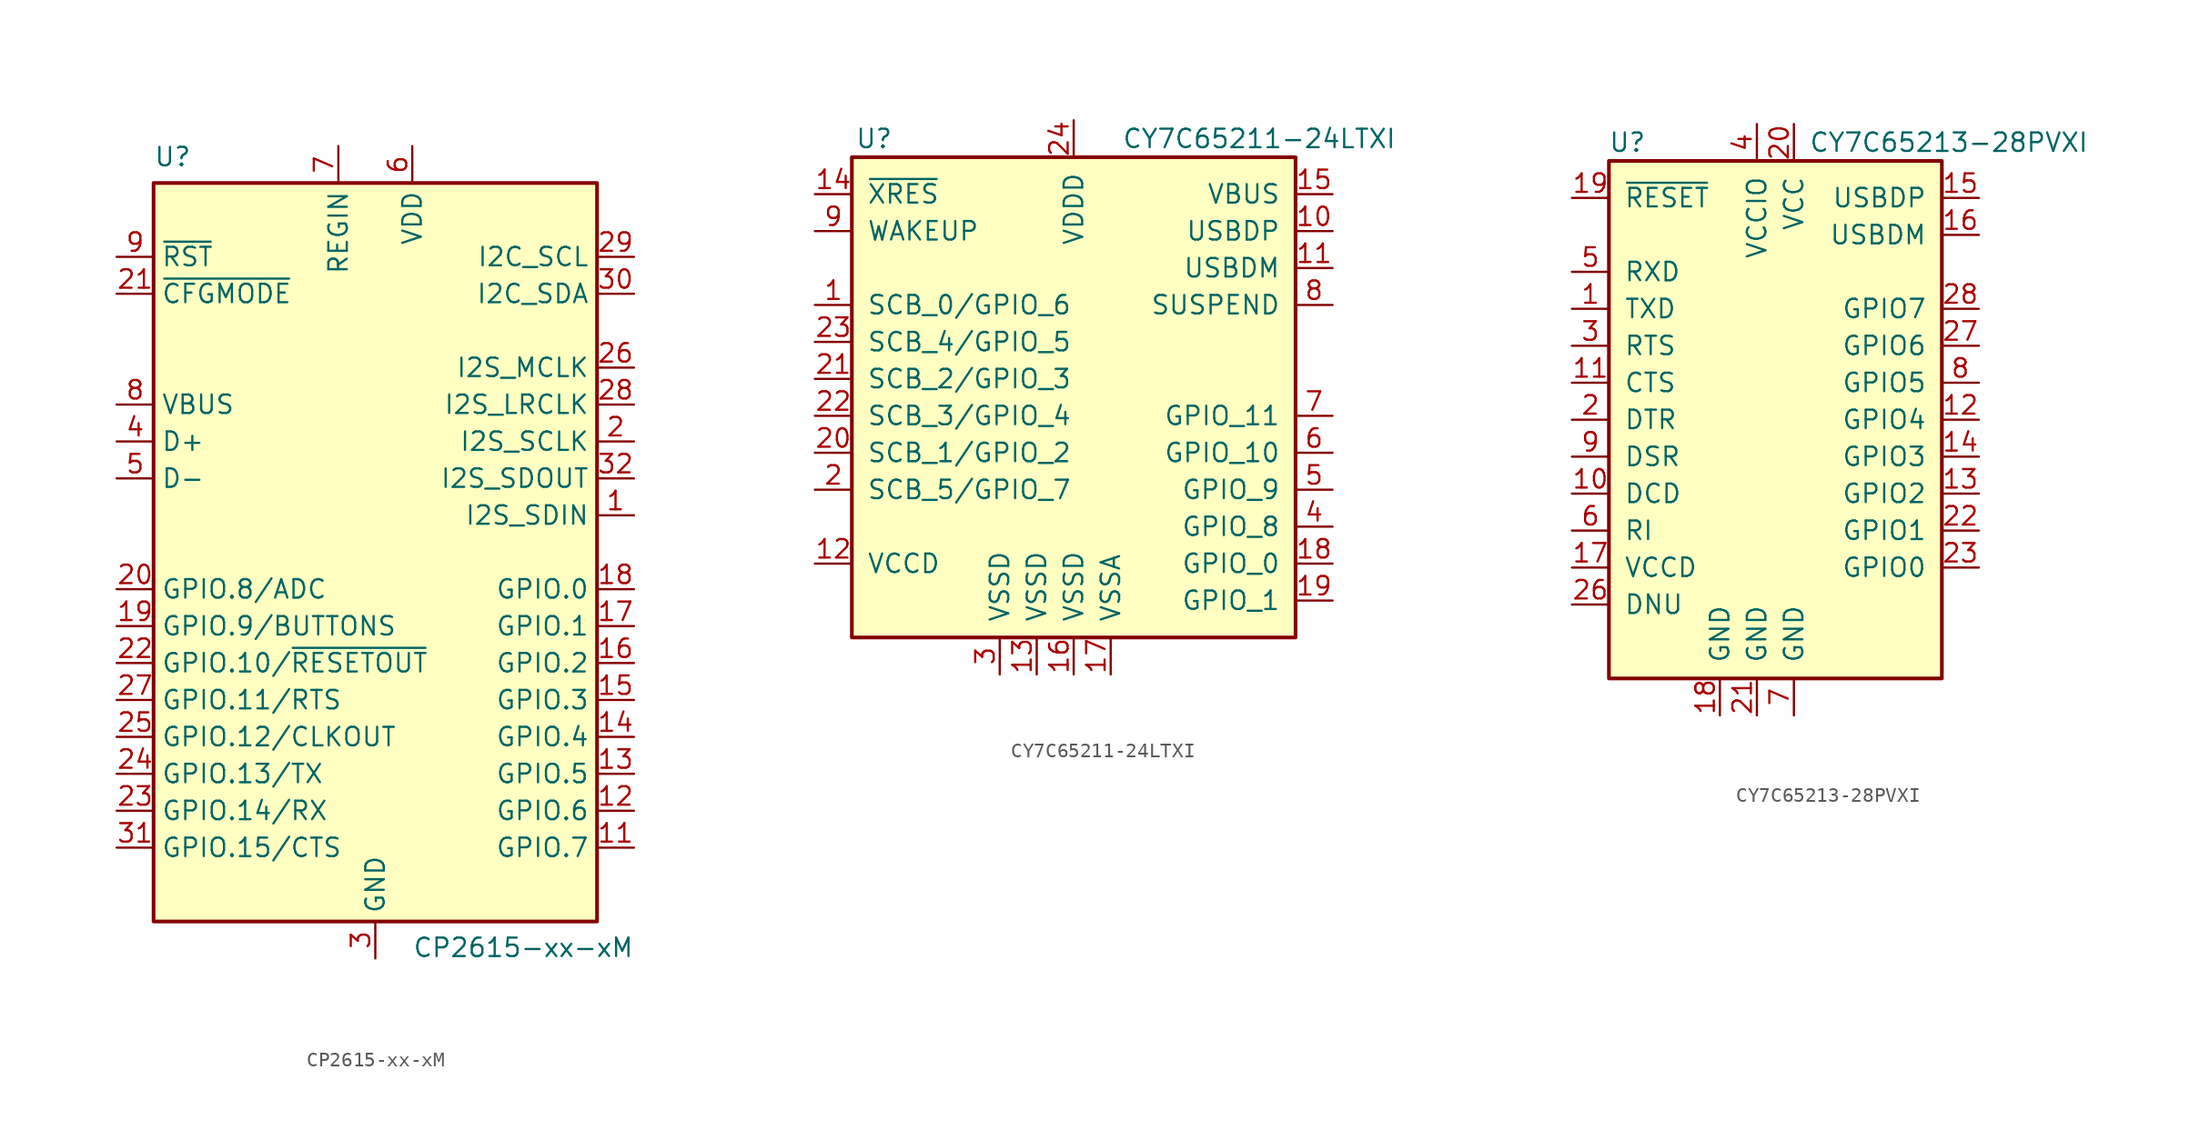
<source format=kicad_sym>
(kicad_symbol_lib
  (version 20241209)
  (generator "kicad_symbol_editor")
  (generator_version "9.0")
  (symbol "CP2615-xx-xM"
    (property "Reference" "U"
      (at -15.24 27.94 0)
      (effects (font (size 1.27 1.27)) (justify left top)))
    (property "Value" "CP2615-xx-xM"
      (at 2.54 -27.94 0)
      (effects (font (size 1.27 1.27)) (justify left bottom)))
    (symbol "CP2615-xx-xM_0_0"
      (pin bidirectional line (at -17.78 20.32 0) (length 2.54) (name "~{RST}" (effects (font (size 1.27 1.27)))) (number "9" (effects (font (size 1.27 1.27)))))
      (pin input line (at -17.78 17.78 0) (length 2.54) (name "~{CFGMODE}" (effects (font (size 1.27 1.27)))) (number "21" (effects (font (size 1.27 1.27)))))
      (pin input line (at -17.78 10.16 0) (length 2.54) (name "VBUS" (effects (font (size 1.27 1.27)))) (number "8" (effects (font (size 1.27 1.27)))))
      (pin bidirectional line (at -17.78 7.62 0) (length 2.54) (name "D+" (effects (font (size 1.27 1.27)))) (number "4" (effects (font (size 1.27 1.27)))))
      (pin bidirectional line (at -17.78 5.08 0) (length 2.54) (name "D-" (effects (font (size 1.27 1.27)))) (number "5" (effects (font (size 1.27 1.27)))))
      (pin bidirectional line (at -17.78 -7.62 0) (length 2.54) (name "GPIO.10/~{RESETOUT}" (effects (font (size 1.27 1.27)))) (number "22" (effects (font (size 1.27 1.27)))))
      (pin bidirectional line (at -17.78 -10.16 0) (length 2.54) (name "GPIO.11/RTS" (effects (font (size 1.27 1.27)))) (number "27" (effects (font (size 1.27 1.27)))))
      (pin bidirectional line (at -17.78 -12.7 0) (length 2.54) (name "GPIO.12/CLKOUT" (effects (font (size 1.27 1.27)))) (number "25" (effects (font (size 1.27 1.27)))))
      (pin bidirectional line (at -17.78 -15.24 0) (length 2.54) (name "GPIO.13/TX" (effects (font (size 1.27 1.27)))) (number "24" (effects (font (size 1.27 1.27)))))
      (pin bidirectional line (at -17.78 -17.78 0) (length 2.54) (name "GPIO.14/RX" (effects (font (size 1.27 1.27)))) (number "23" (effects (font (size 1.27 1.27)))))
      (pin bidirectional line (at -17.78 -20.32 0) (length 2.54) (name "GPIO.15/CTS" (effects (font (size 1.27 1.27)))) (number "31" (effects (font (size 1.27 1.27)))))
      (pin no_connect line (at -15.24 15.24 0) (length 2.54) (hide yes) (name "NC" (effects (font (size 1.27 1.27)))) (number "10" (effects (font (size 1.27 1.27)))))
      (pin power_in line (at -2.54 27.94 270) (length 2.54) (name "REGIN" (effects (font (size 1.27 1.27)))) (number "7" (effects (font (size 1.27 1.27)))))
      (pin power_in line (at 0 -27.94 90) (length 2.54) (name "GND" (effects (font (size 1.27 1.27)))) (number "3" (effects (font (size 1.27 1.27)))))
      (pin power_in line (at 2.54 27.94 270) (length 2.54) (name "VDD" (effects (font (size 1.27 1.27)))) (number "6" (effects (font (size 1.27 1.27)))))
      (pin bidirectional line (at 17.78 20.32 180) (length 2.54) (name "I2C_SCL" (effects (font (size 1.27 1.27)))) (number "29" (effects (font (size 1.27 1.27)))))
      (pin bidirectional line (at 17.78 17.78 180) (length 2.54) (name "I2C_SDA" (effects (font (size 1.27 1.27)))) (number "30" (effects (font (size 1.27 1.27)))))
      (pin output line (at 17.78 12.7 180) (length 2.54) (name "I2S_MCLK" (effects (font (size 1.27 1.27)))) (number "26" (effects (font (size 1.27 1.27)))))
      (pin output line (at 17.78 10.16 180) (length 2.54) (name "I2S_LRCLK" (effects (font (size 1.27 1.27)))) (number "28" (effects (font (size 1.27 1.27)))))
      (pin output line (at 17.78 7.62 180) (length 2.54) (name "I2S_SCLK" (effects (font (size 1.27 1.27)))) (number "2" (effects (font (size 1.27 1.27)))))
      (pin output line (at 17.78 5.08 180) (length 2.54) (name "I2S_SDOUT" (effects (font (size 1.27 1.27)))) (number "32" (effects (font (size 1.27 1.27)))))
      (pin input line (at 17.78 2.54 180) (length 2.54) (name "I2S_SDIN" (effects (font (size 1.27 1.27)))) (number "1" (effects (font (size 1.27 1.27)))))
      (pin bidirectional line (at 17.78 -17.78 180) (length 2.54) (name "GPIO.6" (effects (font (size 1.27 1.27)))) (number "12" (effects (font (size 1.27 1.27)))))
      (pin bidirectional line (at 17.78 -20.32 180) (length 2.54) (name "GPIO.7" (effects (font (size 1.27 1.27)))) (number "11" (effects (font (size 1.27 1.27))))))
    (symbol "CP2615-xx-xM_0_1"
      (rectangle (start -15.24 -25.4) (end 15.24 25.4) (stroke (width 0.254) (type default)) (fill (type background))))
    (symbol "CP2615-xx-xM_1_1"
      (pin bidirectional line (at -17.78 -2.54 0) (length 2.54) (name "GPIO.8/ADC" (effects (font (size 1.27 1.27)))) (number "20" (effects (font (size 1.27 1.27)))))
      (pin bidirectional line (at -17.78 -5.08 0) (length 2.54) (name "GPIO.9/BUTTONS" (effects (font (size 1.27 1.27)))) (number "19" (effects (font (size 1.27 1.27)))))
      (pin passive line (at 0 -27.94 90) (length 2.54) (hide yes) (name "GND" (effects (font (size 1.27 1.27)))) (number "33" (effects (font (size 1.27 1.27)))))
      (pin bidirectional line (at 17.78 -2.54 180) (length 2.54) (name "GPIO.0" (effects (font (size 1.27 1.27)))) (number "18" (effects (font (size 1.27 1.27)))))
      (pin bidirectional line (at 17.78 -5.08 180) (length 2.54) (name "GPIO.1" (effects (font (size 1.27 1.27)))) (number "17" (effects (font (size 1.27 1.27)))))
      (pin bidirectional line (at 17.78 -7.62 180) (length 2.54) (name "GPIO.2" (effects (font (size 1.27 1.27)))) (number "16" (effects (font (size 1.27 1.27)))))
      (pin bidirectional line (at 17.78 -10.16 180) (length 2.54) (name "GPIO.3" (effects (font (size 1.27 1.27)))) (number "15" (effects (font (size 1.27 1.27)))))
      (pin bidirectional line (at 17.78 -12.7 180) (length 2.54) (name "GPIO.4" (effects (font (size 1.27 1.27)))) (number "14" (effects (font (size 1.27 1.27)))))
      (pin bidirectional line (at 17.78 -15.24 180) (length 2.54) (name "GPIO.5" (effects (font (size 1.27 1.27)))) (number "13" (effects (font (size 1.27 1.27)))))))
  (symbol "CY7C65211-24LTXI"
    (pin_names
      (offset 1.016))
    (property "Reference" "U"
      (at -13.716 16.51 0)
      (effects (font (size 1.27 1.27))))
    (property "Value" "CY7C65211-24LTXI"
      (at 3.302 16.51 0)
      (effects (font (size 1.27 1.27)) (justify left)))
    (symbol "CY7C65211-24LTXI_0_1"
      (rectangle (start -15.24 15.24) (end 15.24 -17.78) (stroke (width 0.254) (type default)) (fill (type background))))
    (symbol "CY7C65211-24LTXI_1_1"
      (pin input line (at -17.78 12.7 0) (length 2.54) (name "~{XRES}" (effects (font (size 1.27 1.27)))) (number "14" (effects (font (size 1.27 1.27)))))
      (pin input line (at -17.78 10.16 0) (length 2.54) (name "WAKEUP" (effects (font (size 1.27 1.27)))) (number "9" (effects (font (size 1.27 1.27)))))
      (pin bidirectional line (at -17.78 5.08 0) (length 2.54) (name "SCB_0/GPIO_6" (effects (font (size 1.27 1.27)))) (number "1" (effects (font (size 1.27 1.27)))))
      (pin bidirectional line (at -17.78 2.54 0) (length 2.54) (name "SCB_4/GPIO_5" (effects (font (size 1.27 1.27)))) (number "23" (effects (font (size 1.27 1.27)))))
      (pin bidirectional line (at -17.78 0 0) (length 2.54) (name "SCB_2/GPIO_3" (effects (font (size 1.27 1.27)))) (number "21" (effects (font (size 1.27 1.27)))))
      (pin bidirectional line (at -17.78 -2.54 0) (length 2.54) (name "SCB_3/GPIO_4" (effects (font (size 1.27 1.27)))) (number "22" (effects (font (size 1.27 1.27)))))
      (pin bidirectional line (at -17.78 -5.08 0) (length 2.54) (name "SCB_1/GPIO_2" (effects (font (size 1.27 1.27)))) (number "20" (effects (font (size 1.27 1.27)))))
      (pin bidirectional line (at -17.78 -7.62 0) (length 2.54) (name "SCB_5/GPIO_7" (effects (font (size 1.27 1.27)))) (number "2" (effects (font (size 1.27 1.27)))))
      (pin power_in line (at -17.78 -12.7 0) (length 2.54) (name "VCCD" (effects (font (size 1.27 1.27)))) (number "12" (effects (font (size 1.27 1.27)))))
      (pin no_connect line (at -15.24 -15.24 0) (length 2.54) (hide yes) (name "1EP" (effects (font (size 1.27 1.27)))) (number "25" (effects (font (size 1.27 1.27)))))
      (pin power_in line (at -5.08 -20.32 90) (length 2.54) (name "VSSD" (effects (font (size 1.27 1.27)))) (number "3" (effects (font (size 1.27 1.27)))))
      (pin power_in line (at -2.54 -20.32 90) (length 2.54) (name "VSSD" (effects (font (size 1.27 1.27)))) (number "13" (effects (font (size 1.27 1.27)))))
      (pin power_in line (at 0 17.78 270) (length 2.54) (name "VDDD" (effects (font (size 1.27 1.27)))) (number "24" (effects (font (size 1.27 1.27)))))
      (pin power_in line (at 0 -20.32 90) (length 2.54) (name "VSSD" (effects (font (size 1.27 1.27)))) (number "16" (effects (font (size 1.27 1.27)))))
      (pin power_in line (at 2.54 -20.32 90) (length 2.54) (name "VSSA" (effects (font (size 1.27 1.27)))) (number "17" (effects (font (size 1.27 1.27)))))
      (pin power_out line (at 17.78 12.7 180) (length 2.54) (name "VBUS" (effects (font (size 1.27 1.27)))) (number "15" (effects (font (size 1.27 1.27)))))
      (pin bidirectional line (at 17.78 10.16 180) (length 2.54) (name "USBDP" (effects (font (size 1.27 1.27)))) (number "10" (effects (font (size 1.27 1.27)))))
      (pin bidirectional line (at 17.78 7.62 180) (length 2.54) (name "USBDM" (effects (font (size 1.27 1.27)))) (number "11" (effects (font (size 1.27 1.27)))))
      (pin output line (at 17.78 5.08 180) (length 2.54) (name "SUSPEND" (effects (font (size 1.27 1.27)))) (number "8" (effects (font (size 1.27 1.27)))))
      (pin tri_state line (at 17.78 -2.54 180) (length 2.54) (name "GPIO_11" (effects (font (size 1.27 1.27)))) (number "7" (effects (font (size 1.27 1.27)))))
      (pin tri_state line (at 17.78 -5.08 180) (length 2.54) (name "GPIO_10" (effects (font (size 1.27 1.27)))) (number "6" (effects (font (size 1.27 1.27)))))
      (pin tri_state line (at 17.78 -7.62 180) (length 2.54) (name "GPIO_9" (effects (font (size 1.27 1.27)))) (number "5" (effects (font (size 1.27 1.27)))))
      (pin tri_state line (at 17.78 -10.16 180) (length 2.54) (name "GPIO_8" (effects (font (size 1.27 1.27)))) (number "4" (effects (font (size 1.27 1.27)))))
      (pin tri_state line (at 17.78 -12.7 180) (length 2.54) (name "GPIO_0" (effects (font (size 1.27 1.27)))) (number "18" (effects (font (size 1.27 1.27)))))
      (pin tri_state line (at 17.78 -15.24 180) (length 2.54) (name "GPIO_1" (effects (font (size 1.27 1.27)))) (number "19" (effects (font (size 1.27 1.27)))))))
  (symbol "CY7C65213-28PVXI"
    (pin_names
      (offset 1.016))
    (property "Reference" "U"
      (at -8.89 19.05 0)
      (effects (font (size 1.27 1.27))))
    (property "Value" "CY7C65213-28PVXI"
      (at 3.556 19.05 0)
      (effects (font (size 1.27 1.27)) (justify left)))
    (symbol "CY7C65213-28PVXI_0_1"
      (rectangle (start -10.16 17.78) (end 12.7 -17.78) (stroke (width 0.254) (type default)) (fill (type background))))
    (symbol "CY7C65213-28PVXI_1_1"
      (pin bidirectional line (at -12.7 15.24 0) (length 2.54) (name "~{RESET}" (effects (font (size 1.27 1.27)))) (number "19" (effects (font (size 1.27 1.27)))))
      (pin input line (at -12.7 10.16 0) (length 2.54) (name "RXD" (effects (font (size 1.27 1.27)))) (number "5" (effects (font (size 1.27 1.27)))))
      (pin output line (at -12.7 7.62 0) (length 2.54) (name "TXD" (effects (font (size 1.27 1.27)))) (number "1" (effects (font (size 1.27 1.27)))))
      (pin output line (at -12.7 5.08 0) (length 2.54) (name "RTS" (effects (font (size 1.27 1.27)))) (number "3" (effects (font (size 1.27 1.27)))))
      (pin input line (at -12.7 2.54 0) (length 2.54) (name "CTS" (effects (font (size 1.27 1.27)))) (number "11" (effects (font (size 1.27 1.27)))))
      (pin output line (at -12.7 0 0) (length 2.54) (name "DTR" (effects (font (size 1.27 1.27)))) (number "2" (effects (font (size 1.27 1.27)))))
      (pin input line (at -12.7 -2.54 0) (length 2.54) (name "DSR" (effects (font (size 1.27 1.27)))) (number "9" (effects (font (size 1.27 1.27)))))
      (pin input line (at -12.7 -5.08 0) (length 2.54) (name "DCD" (effects (font (size 1.27 1.27)))) (number "10" (effects (font (size 1.27 1.27)))))
      (pin input line (at -12.7 -7.62 0) (length 2.54) (name "RI" (effects (font (size 1.27 1.27)))) (number "6" (effects (font (size 1.27 1.27)))))
      (pin passive line (at -12.7 -10.16 0) (length 2.54) (name "VCCD" (effects (font (size 1.27 1.27)))) (number "17" (effects (font (size 1.27 1.27)))))
      (pin passive line (at -12.7 -12.7 0) (length 2.54) (name "DNU" (effects (font (size 1.27 1.27)))) (number "26" (effects (font (size 1.27 1.27)))))
      (pin power_in line (at -2.54 -20.32 90) (length 2.54) (name "GND" (effects (font (size 1.27 1.27)))) (number "18" (effects (font (size 1.27 1.27)))))
      (pin power_in line (at 0 20.32 270) (length 2.54) (name "VCCIO" (effects (font (size 1.27 1.27)))) (number "4" (effects (font (size 1.27 1.27)))))
      (pin power_in line (at 0 -20.32 90) (length 2.54) (name "GND" (effects (font (size 1.27 1.27)))) (number "21" (effects (font (size 1.27 1.27)))))
      (pin power_in line (at 2.54 20.32 270) (length 2.54) (name "VCC" (effects (font (size 1.27 1.27)))) (number "20" (effects (font (size 1.27 1.27)))))
      (pin power_in line (at 2.54 -20.32 90) (length 2.54) (name "GND" (effects (font (size 1.27 1.27)))) (number "7" (effects (font (size 1.27 1.27)))))
      (pin no_connect line (at 12.7 -12.7 180) (length 2.54) (hide yes) (name "NC" (effects (font (size 1.27 1.27)))) (number "25" (effects (font (size 1.27 1.27)))))
      (pin no_connect line (at 12.7 -15.24 180) (length 2.54) (hide yes) (name "NC" (effects (font (size 1.27 1.27)))) (number "24" (effects (font (size 1.27 1.27)))))
      (pin bidirectional line (at 15.24 15.24 180) (length 2.54) (name "USBDP" (effects (font (size 1.27 1.27)))) (number "15" (effects (font (size 1.27 1.27)))))
      (pin bidirectional line (at 15.24 12.7 180) (length 2.54) (name "USBDM" (effects (font (size 1.27 1.27)))) (number "16" (effects (font (size 1.27 1.27)))))
      (pin tri_state line (at 15.24 7.62 180) (length 2.54) (name "GPIO7" (effects (font (size 1.27 1.27)))) (number "28" (effects (font (size 1.27 1.27)))))
      (pin tri_state line (at 15.24 5.08 180) (length 2.54) (name "GPIO6" (effects (font (size 1.27 1.27)))) (number "27" (effects (font (size 1.27 1.27)))))
      (pin tri_state line (at 15.24 2.54 180) (length 2.54) (name "GPIO5" (effects (font (size 1.27 1.27)))) (number "8" (effects (font (size 1.27 1.27)))))
      (pin bidirectional line (at 15.24 0 180) (length 2.54) (name "GPIO4" (effects (font (size 1.27 1.27)))) (number "12" (effects (font (size 1.27 1.27)))))
      (pin bidirectional line (at 15.24 -2.54 180) (length 2.54) (name "GPIO3" (effects (font (size 1.27 1.27)))) (number "14" (effects (font (size 1.27 1.27)))))
      (pin tri_state line (at 15.24 -5.08 180) (length 2.54) (name "GPIO2" (effects (font (size 1.27 1.27)))) (number "13" (effects (font (size 1.27 1.27)))))
      (pin bidirectional line (at 15.24 -7.62 180) (length 2.54) (name "GPIO1" (effects (font (size 1.27 1.27)))) (number "22" (effects (font (size 1.27 1.27)))))
      (pin bidirectional line (at 15.24 -10.16 180) (length 2.54) (name "GPIO0" (effects (font (size 1.27 1.27)))) (number "23" (effects (font (size 1.27 1.27))))))))
</source>
